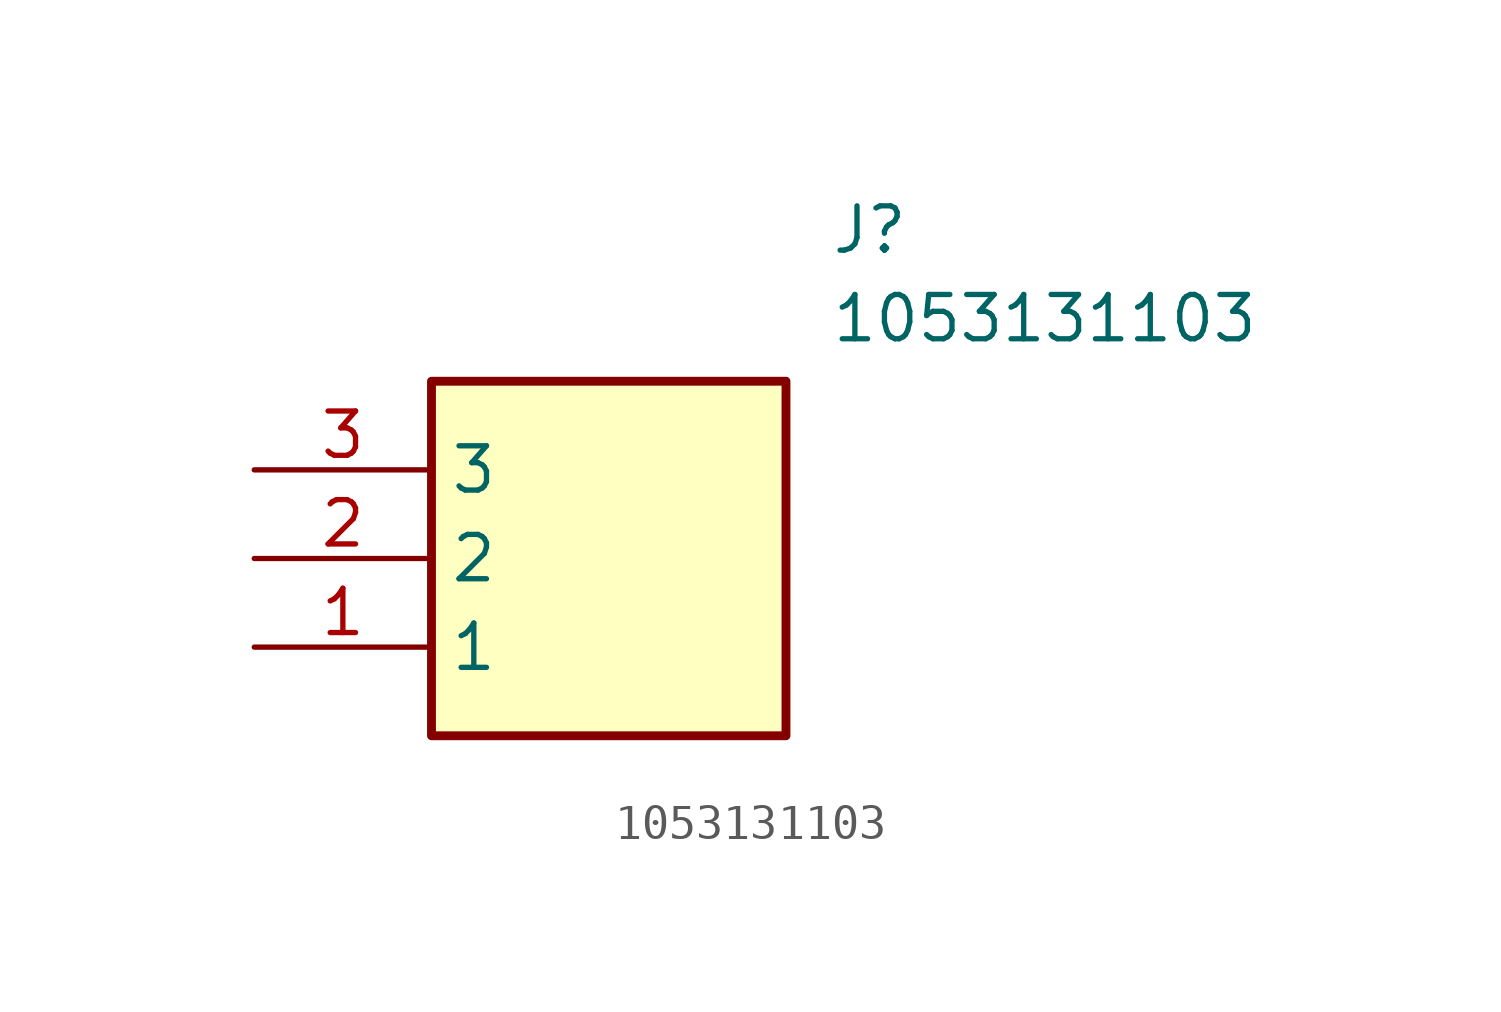
<source format=kicad_sym>
(kicad_symbol_lib
  (version 20231120)
  (generator "kicad_symbol_editor")
  (generator_version "8.0")
  (symbol "1053131103"
    (property "Reference" "J"
      (at 16.51 7.62 0)
      (effects (font (size 1.27 1.27)) (justify left top)))
    (property "Value" "1053131103"
      (at 16.51 5.08 0)
      (effects (font (size 1.27 1.27)) (justify left top)))
    (symbol "1053131103_1_1"
      (rectangle (start 5.08 2.54) (end 15.24 -7.62) (stroke (width 0.254) (type default)) (fill (type background)))
      (pin passive line (at 0 -5.08 0) (length 5.08) (name "1" (effects (font (size 1.27 1.27)))) (number "1" (effects (font (size 1.27 1.27)))))
      (pin passive line (at 0 -2.54 0) (length 5.08) (name "2" (effects (font (size 1.27 1.27)))) (number "2" (effects (font (size 1.27 1.27)))))
      (pin passive line (at 0 0 0) (length 5.08) (name "3" (effects (font (size 1.27 1.27)))) (number "3" (effects (font (size 1.27 1.27))))))))
</source>
